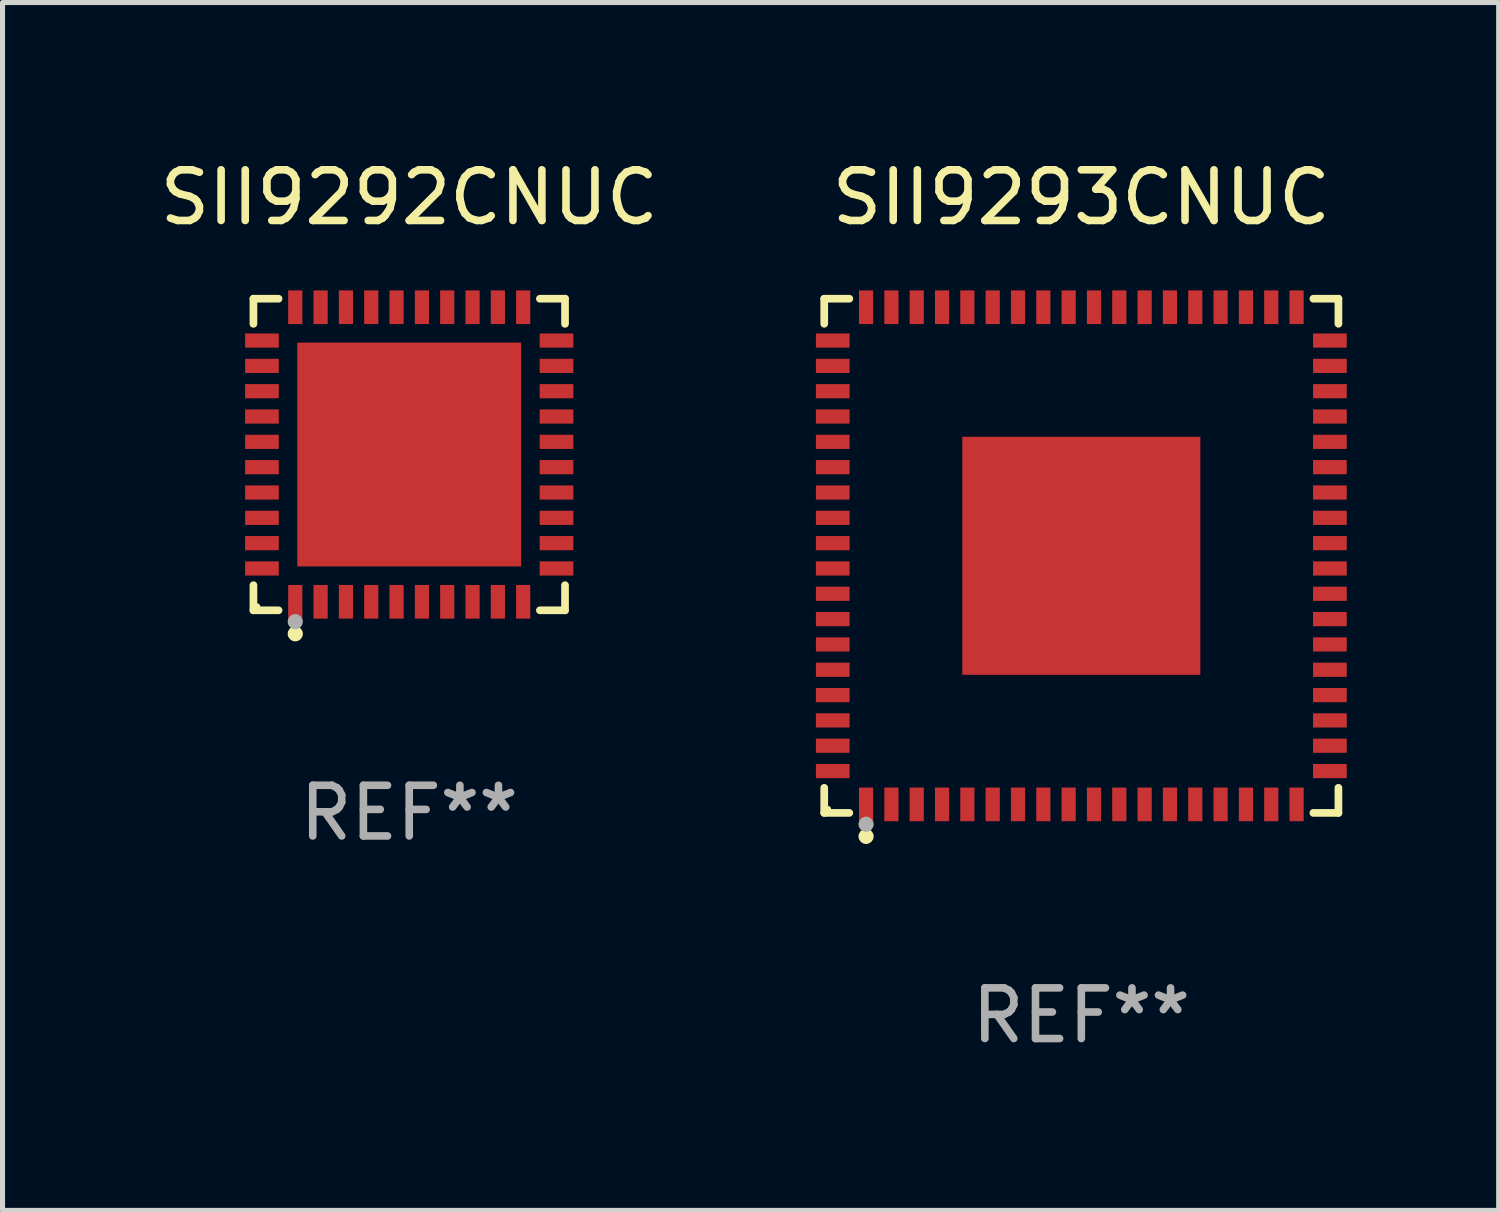
<source format=kicad_pcb>
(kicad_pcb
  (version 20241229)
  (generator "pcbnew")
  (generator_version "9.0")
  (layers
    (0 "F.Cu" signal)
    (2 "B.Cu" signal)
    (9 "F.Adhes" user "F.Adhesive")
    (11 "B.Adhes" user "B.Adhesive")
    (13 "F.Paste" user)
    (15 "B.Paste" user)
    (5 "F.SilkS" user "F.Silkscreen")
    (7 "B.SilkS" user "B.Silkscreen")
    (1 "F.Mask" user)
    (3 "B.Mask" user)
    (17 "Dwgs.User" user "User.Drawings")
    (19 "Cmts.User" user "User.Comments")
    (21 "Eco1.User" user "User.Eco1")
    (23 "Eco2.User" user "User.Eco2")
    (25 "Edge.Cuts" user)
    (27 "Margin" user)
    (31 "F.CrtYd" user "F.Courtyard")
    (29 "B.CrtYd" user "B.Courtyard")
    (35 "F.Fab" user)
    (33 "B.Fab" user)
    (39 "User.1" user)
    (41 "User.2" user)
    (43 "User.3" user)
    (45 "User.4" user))
  (footprint "SII9293CNUC"
    (layer "F.Cu")
    (at 18.3 7.924)
    (property "Reference" "SII9293CNUC" (at 0 -7.076 0) (layer "F.SilkS") (effects (font (size 1 1) (thickness 0.15))))
    (attr through_hole)
    (fp_line (start -5.076 -5.076) (end -4.581 -5.076) (stroke (width 0.152) (type solid)) (layer "F.SilkS"))
    (fp_line (start -5.076 -4.581) (end -5.076 -5.076) (stroke (width 0.152) (type solid)) (layer "F.SilkS"))
    (fp_line (start -5.076 4.581) (end -5.076 5.076) (stroke (width 0.152) (type solid)) (layer "F.SilkS"))
    (fp_line (start -5.076 5.076) (end -4.581 5.076) (stroke (width 0.152) (type solid)) (layer "F.SilkS"))
    (fp_line (start 5.076 -5.076) (end 4.581 -5.076) (stroke (width 0.152) (type solid)) (layer "F.SilkS"))
    (fp_line (start 5.076 -4.581) (end 5.076 -5.076) (stroke (width 0.152) (type solid)) (layer "F.SilkS"))
    (fp_line (start 5.076 4.581) (end 5.076 5.076) (stroke (width 0.152) (type solid)) (layer "F.SilkS"))
    (fp_line (start 5.076 5.076) (end 4.581 5.076) (stroke (width 0.152) (type solid)) (layer "F.SilkS"))
    (fp_circle (center -5 5) (end -4.97 5) (stroke (width 0.06) (type solid)) (fill no) (layer "F.SilkS"))
    (fp_circle (center -4.25 5.54) (end -4.175 5.54) (stroke (width 0.15) (type solid)) (fill no) (layer "F.SilkS"))
    (fp_circle (center -4.25 5.3) (end -4.175 5.3) (stroke (width 0.15) (type solid)) (fill no) (layer "F.Fab"))
    (fp_text user "REF**" (at 0 9.076 0) (layer "F.Fab") (effects (font (size 1 1) (thickness 0.15))))
    (pad "1" smd rect (at -4.25 4.908) (size 0.28 0.665) (layers "F.Cu" "F.Mask" "F.Paste"))
    (pad "2" smd rect (at -3.75 4.908) (size 0.28 0.665) (layers "F.Cu" "F.Mask" "F.Paste"))
    (pad "3" smd rect (at -3.25 4.908) (size 0.28 0.665) (layers "F.Cu" "F.Mask" "F.Paste"))
    (pad "4" smd rect (at -2.75 4.908) (size 0.28 0.665) (layers "F.Cu" "F.Mask" "F.Paste"))
    (pad "5" smd rect (at -2.25 4.908) (size 0.28 0.665) (layers "F.Cu" "F.Mask" "F.Paste"))
    (pad "6" smd rect (at -1.75 4.908) (size 0.28 0.665) (layers "F.Cu" "F.Mask" "F.Paste"))
    (pad "7" smd rect (at -1.25 4.908) (size 0.28 0.665) (layers "F.Cu" "F.Mask" "F.Paste"))
    (pad "8" smd rect (at -0.75 4.908) (size 0.28 0.665) (layers "F.Cu" "F.Mask" "F.Paste"))
    (pad "9" smd rect (at -0.25 4.908) (size 0.28 0.665) (layers "F.Cu" "F.Mask" "F.Paste"))
    (pad "10" smd rect (at 0.25 4.908) (size 0.28 0.665) (layers "F.Cu" "F.Mask" "F.Paste"))
    (pad "11" smd rect (at 0.75 4.908) (size 0.28 0.665) (layers "F.Cu" "F.Mask" "F.Paste"))
    (pad "12" smd rect (at 1.25 4.908) (size 0.28 0.665) (layers "F.Cu" "F.Mask" "F.Paste"))
    (pad "13" smd rect (at 1.75 4.908) (size 0.28 0.665) (layers "F.Cu" "F.Mask" "F.Paste"))
    (pad "14" smd rect (at 2.25 4.908) (size 0.28 0.665) (layers "F.Cu" "F.Mask" "F.Paste"))
    (pad "15" smd rect (at 2.75 4.908) (size 0.28 0.665) (layers "F.Cu" "F.Mask" "F.Paste"))
    (pad "16" smd rect (at 3.25 4.908) (size 0.28 0.665) (layers "F.Cu" "F.Mask" "F.Paste"))
    (pad "17" smd rect (at 3.75 4.908) (size 0.28 0.665) (layers "F.Cu" "F.Mask" "F.Paste"))
    (pad "18" smd rect (at 4.25 4.908) (size 0.28 0.665) (layers "F.Cu" "F.Mask" "F.Paste"))
    (pad "19" smd rect (at 4.908 4.25) (size 0.665 0.28) (layers "F.Cu" "F.Mask" "F.Paste"))
    (pad "20" smd rect (at 4.908 3.75) (size 0.665 0.28) (layers "F.Cu" "F.Mask" "F.Paste"))
    (pad "21" smd rect (at 4.908 3.25) (size 0.665 0.28) (layers "F.Cu" "F.Mask" "F.Paste"))
    (pad "22" smd rect (at 4.908 2.75) (size 0.665 0.28) (layers "F.Cu" "F.Mask" "F.Paste"))
    (pad "23" smd rect (at 4.908 2.25) (size 0.665 0.28) (layers "F.Cu" "F.Mask" "F.Paste"))
    (pad "24" smd rect (at 4.908 1.75) (size 0.665 0.28) (layers "F.Cu" "F.Mask" "F.Paste"))
    (pad "25" smd rect (at 4.908 1.25) (size 0.665 0.28) (layers "F.Cu" "F.Mask" "F.Paste"))
    (pad "26" smd rect (at 4.908 0.75) (size 0.665 0.28) (layers "F.Cu" "F.Mask" "F.Paste"))
    (pad "27" smd rect (at 4.908 0.25) (size 0.665 0.28) (layers "F.Cu" "F.Mask" "F.Paste"))
    (pad "28" smd rect (at 4.908 -0.25) (size 0.665 0.28) (layers "F.Cu" "F.Mask" "F.Paste"))
    (pad "29" smd rect (at 4.908 -0.75) (size 0.665 0.28) (layers "F.Cu" "F.Mask" "F.Paste"))
    (pad "30" smd rect (at 4.908 -1.25) (size 0.665 0.28) (layers "F.Cu" "F.Mask" "F.Paste"))
    (pad "31" smd rect (at 4.908 -1.75) (size 0.665 0.28) (layers "F.Cu" "F.Mask" "F.Paste"))
    (pad "32" smd rect (at 4.908 -2.25) (size 0.665 0.28) (layers "F.Cu" "F.Mask" "F.Paste"))
    (pad "33" smd rect (at 4.908 -2.75) (size 0.665 0.28) (layers "F.Cu" "F.Mask" "F.Paste"))
    (pad "34" smd rect (at 4.908 -3.25) (size 0.665 0.28) (layers "F.Cu" "F.Mask" "F.Paste"))
    (pad "35" smd rect (at 4.908 -3.75) (size 0.665 0.28) (layers "F.Cu" "F.Mask" "F.Paste"))
    (pad "36" smd rect (at 4.908 -4.25) (size 0.665 0.28) (layers "F.Cu" "F.Mask" "F.Paste"))
    (pad "37" smd rect (at 4.25 -4.908) (size 0.28 0.665) (layers "F.Cu" "F.Mask" "F.Paste"))
    (pad "38" smd rect (at 3.75 -4.908) (size 0.28 0.665) (layers "F.Cu" "F.Mask" "F.Paste"))
    (pad "39" smd rect (at 3.25 -4.908) (size 0.28 0.665) (layers "F.Cu" "F.Mask" "F.Paste"))
    (pad "40" smd rect (at 2.75 -4.908) (size 0.28 0.665) (layers "F.Cu" "F.Mask" "F.Paste"))
    (pad "41" smd rect (at 2.25 -4.908) (size 0.28 0.665) (layers "F.Cu" "F.Mask" "F.Paste"))
    (pad "42" smd rect (at 1.75 -4.908) (size 0.28 0.665) (layers "F.Cu" "F.Mask" "F.Paste"))
    (pad "43" smd rect (at 1.25 -4.908) (size 0.28 0.665) (layers "F.Cu" "F.Mask" "F.Paste"))
    (pad "44" smd rect (at 0.75 -4.908) (size 0.28 0.665) (layers "F.Cu" "F.Mask" "F.Paste"))
    (pad "45" smd rect (at 0.25 -4.908) (size 0.28 0.665) (layers "F.Cu" "F.Mask" "F.Paste"))
    (pad "46" smd rect (at -0.25 -4.908) (size 0.28 0.665) (layers "F.Cu" "F.Mask" "F.Paste"))
    (pad "47" smd rect (at -0.75 -4.908) (size 0.28 0.665) (layers "F.Cu" "F.Mask" "F.Paste"))
    (pad "48" smd rect (at -1.25 -4.908) (size 0.28 0.665) (layers "F.Cu" "F.Mask" "F.Paste"))
    (pad "49" smd rect (at -1.75 -4.908) (size 0.28 0.665) (layers "F.Cu" "F.Mask" "F.Paste"))
    (pad "50" smd rect (at -2.25 -4.908) (size 0.28 0.665) (layers "F.Cu" "F.Mask" "F.Paste"))
    (pad "51" smd rect (at -2.75 -4.908) (size 0.28 0.665) (layers "F.Cu" "F.Mask" "F.Paste"))
    (pad "52" smd rect (at -3.25 -4.908) (size 0.28 0.665) (layers "F.Cu" "F.Mask" "F.Paste"))
    (pad "53" smd rect (at -3.75 -4.908) (size 0.28 0.665) (layers "F.Cu" "F.Mask" "F.Paste"))
    (pad "54" smd rect (at -4.25 -4.908) (size 0.28 0.665) (layers "F.Cu" "F.Mask" "F.Paste"))
    (pad "55" smd rect (at -4.908 -4.25) (size 0.665 0.28) (layers "F.Cu" "F.Mask" "F.Paste"))
    (pad "56" smd rect (at -4.908 -3.75) (size 0.665 0.28) (layers "F.Cu" "F.Mask" "F.Paste"))
    (pad "57" smd rect (at -4.908 -3.25) (size 0.665 0.28) (layers "F.Cu" "F.Mask" "F.Paste"))
    (pad "58" smd rect (at -4.908 -2.75) (size 0.665 0.28) (layers "F.Cu" "F.Mask" "F.Paste"))
    (pad "59" smd rect (at -4.908 -2.25) (size 0.665 0.28) (layers "F.Cu" "F.Mask" "F.Paste"))
    (pad "60" smd rect (at -4.908 -1.75) (size 0.665 0.28) (layers "F.Cu" "F.Mask" "F.Paste"))
    (pad "61" smd rect (at -4.908 -1.25) (size 0.665 0.28) (layers "F.Cu" "F.Mask" "F.Paste"))
    (pad "62" smd rect (at -4.908 -0.75) (size 0.665 0.28) (layers "F.Cu" "F.Mask" "F.Paste"))
    (pad "63" smd rect (at -4.908 -0.25) (size 0.665 0.28) (layers "F.Cu" "F.Mask" "F.Paste"))
    (pad "64" smd rect (at -4.908 0.25) (size 0.665 0.28) (layers "F.Cu" "F.Mask" "F.Paste"))
    (pad "65" smd rect (at -4.908 0.75) (size 0.665 0.28) (layers "F.Cu" "F.Mask" "F.Paste"))
    (pad "66" smd rect (at -4.908 1.25) (size 0.665 0.28) (layers "F.Cu" "F.Mask" "F.Paste"))
    (pad "67" smd rect (at -4.908 1.75) (size 0.665 0.28) (layers "F.Cu" "F.Mask" "F.Paste"))
    (pad "68" smd rect (at -4.908 2.25) (size 0.665 0.28) (layers "F.Cu" "F.Mask" "F.Paste"))
    (pad "69" smd rect (at -4.908 2.75) (size 0.665 0.28) (layers "F.Cu" "F.Mask" "F.Paste"))
    (pad "70" smd rect (at -4.908 3.25) (size 0.665 0.28) (layers "F.Cu" "F.Mask" "F.Paste"))
    (pad "71" smd rect (at -4.908 3.75) (size 0.665 0.28) (layers "F.Cu" "F.Mask" "F.Paste"))
    (pad "72" smd rect (at -4.908 4.25) (size 0.665 0.28) (layers "F.Cu" "F.Mask" "F.Paste"))
    (pad "73" smd rect (at 0 0) (size 4.7 4.7) (layers "F.Cu" "F.Mask" "F.Paste")))
  (footprint "SII9292CNUC"
    (layer "F.Cu")
    (at 5.03 5.924)
    (property "Reference" "SII9292CNUC" (at 0 -5.076 0) (layer "F.SilkS") (effects (font (size 1 1) (thickness 0.15))))
    (attr through_hole)
    (fp_line (start -3.076 -3.076) (end -2.58 -3.076) (stroke (width 0.152) (type solid)) (layer "F.SilkS"))
    (fp_line (start -3.076 -2.58) (end -3.076 -3.076) (stroke (width 0.152) (type solid)) (layer "F.SilkS"))
    (fp_line (start -3.076 2.58) (end -3.076 3.076) (stroke (width 0.152) (type solid)) (layer "F.SilkS"))
    (fp_line (start -3.076 3.076) (end -2.58 3.076) (stroke (width 0.152) (type solid)) (layer "F.SilkS"))
    (fp_line (start 3.076 -3.076) (end 2.58 -3.076) (stroke (width 0.152) (type solid)) (layer "F.SilkS"))
    (fp_line (start 3.076 -2.58) (end 3.076 -3.076) (stroke (width 0.152) (type solid)) (layer "F.SilkS"))
    (fp_line (start 3.076 2.58) (end 3.076 3.076) (stroke (width 0.152) (type solid)) (layer "F.SilkS"))
    (fp_line (start 3.076 3.076) (end 2.58 3.076) (stroke (width 0.152) (type solid)) (layer "F.SilkS"))
    (fp_circle (center -3 3) (end -2.97 3) (stroke (width 0.06) (type solid)) (fill no) (layer "F.SilkS"))
    (fp_circle (center -2.25 3.54) (end -2.175 3.54) (stroke (width 0.15) (type solid)) (fill no) (layer "F.SilkS"))
    (fp_circle (center -2.25 3.3) (end -2.175 3.3) (stroke (width 0.15) (type solid)) (fill no) (layer "F.Fab"))
    (fp_text user "REF**" (at 0 7.076 0) (layer "F.Fab") (effects (font (size 1 1) (thickness 0.15))))
    (pad "1" smd rect (at -2.25 2.908) (size 0.28 0.665) (layers "F.Cu" "F.Mask" "F.Paste"))
    (pad "2" smd rect (at -1.75 2.908) (size 0.28 0.665) (layers "F.Cu" "F.Mask" "F.Paste"))
    (pad "3" smd rect (at -1.25 2.908) (size 0.28 0.665) (layers "F.Cu" "F.Mask" "F.Paste"))
    (pad "4" smd rect (at -0.75 2.908) (size 0.28 0.665) (layers "F.Cu" "F.Mask" "F.Paste"))
    (pad "5" smd rect (at -0.25 2.908) (size 0.28 0.665) (layers "F.Cu" "F.Mask" "F.Paste"))
    (pad "6" smd rect (at 0.25 2.908) (size 0.28 0.665) (layers "F.Cu" "F.Mask" "F.Paste"))
    (pad "7" smd rect (at 0.75 2.908) (size 0.28 0.665) (layers "F.Cu" "F.Mask" "F.Paste"))
    (pad "8" smd rect (at 1.25 2.908) (size 0.28 0.665) (layers "F.Cu" "F.Mask" "F.Paste"))
    (pad "9" smd rect (at 1.75 2.908) (size 0.28 0.665) (layers "F.Cu" "F.Mask" "F.Paste"))
    (pad "10" smd rect (at 2.25 2.908) (size 0.28 0.665) (layers "F.Cu" "F.Mask" "F.Paste"))
    (pad "11" smd rect (at 2.908 2.25) (size 0.665 0.28) (layers "F.Cu" "F.Mask" "F.Paste"))
    (pad "12" smd rect (at 2.908 1.75) (size 0.665 0.28) (layers "F.Cu" "F.Mask" "F.Paste"))
    (pad "13" smd rect (at 2.908 1.25) (size 0.665 0.28) (layers "F.Cu" "F.Mask" "F.Paste"))
    (pad "14" smd rect (at 2.908 0.75) (size 0.665 0.28) (layers "F.Cu" "F.Mask" "F.Paste"))
    (pad "15" smd rect (at 2.908 0.25) (size 0.665 0.28) (layers "F.Cu" "F.Mask" "F.Paste"))
    (pad "16" smd rect (at 2.908 -0.25) (size 0.665 0.28) (layers "F.Cu" "F.Mask" "F.Paste"))
    (pad "17" smd rect (at 2.908 -0.75) (size 0.665 0.28) (layers "F.Cu" "F.Mask" "F.Paste"))
    (pad "18" smd rect (at 2.908 -1.25) (size 0.665 0.28) (layers "F.Cu" "F.Mask" "F.Paste"))
    (pad "19" smd rect (at 2.908 -1.75) (size 0.665 0.28) (layers "F.Cu" "F.Mask" "F.Paste"))
    (pad "20" smd rect (at 2.908 -2.25) (size 0.665 0.28) (layers "F.Cu" "F.Mask" "F.Paste"))
    (pad "21" smd rect (at 2.25 -2.908) (size 0.28 0.665) (layers "F.Cu" "F.Mask" "F.Paste"))
    (pad "22" smd rect (at 1.75 -2.908) (size 0.28 0.665) (layers "F.Cu" "F.Mask" "F.Paste"))
    (pad "23" smd rect (at 1.25 -2.908) (size 0.28 0.665) (layers "F.Cu" "F.Mask" "F.Paste"))
    (pad "24" smd rect (at 0.75 -2.908) (size 0.28 0.665) (layers "F.Cu" "F.Mask" "F.Paste"))
    (pad "25" smd rect (at 0.25 -2.908) (size 0.28 0.665) (layers "F.Cu" "F.Mask" "F.Paste"))
    (pad "26" smd rect (at -0.25 -2.908) (size 0.28 0.665) (layers "F.Cu" "F.Mask" "F.Paste"))
    (pad "27" smd rect (at -0.75 -2.908) (size 0.28 0.665) (layers "F.Cu" "F.Mask" "F.Paste"))
    (pad "28" smd rect (at -1.25 -2.908) (size 0.28 0.665) (layers "F.Cu" "F.Mask" "F.Paste"))
    (pad "29" smd rect (at -1.75 -2.908) (size 0.28 0.665) (layers "F.Cu" "F.Mask" "F.Paste"))
    (pad "30" smd rect (at -2.25 -2.908) (size 0.28 0.665) (layers "F.Cu" "F.Mask" "F.Paste"))
    (pad "31" smd rect (at -2.908 -2.25) (size 0.665 0.28) (layers "F.Cu" "F.Mask" "F.Paste"))
    (pad "32" smd rect (at -2.908 -1.75) (size 0.665 0.28) (layers "F.Cu" "F.Mask" "F.Paste"))
    (pad "33" smd rect (at -2.908 -1.25) (size 0.665 0.28) (layers "F.Cu" "F.Mask" "F.Paste"))
    (pad "34" smd rect (at -2.908 -0.75) (size 0.665 0.28) (layers "F.Cu" "F.Mask" "F.Paste"))
    (pad "35" smd rect (at -2.908 -0.25) (size 0.665 0.28) (layers "F.Cu" "F.Mask" "F.Paste"))
    (pad "36" smd rect (at -2.908 0.25) (size 0.665 0.28) (layers "F.Cu" "F.Mask" "F.Paste"))
    (pad "37" smd rect (at -2.908 0.75) (size 0.665 0.28) (layers "F.Cu" "F.Mask" "F.Paste"))
    (pad "38" smd rect (at -2.908 1.25) (size 0.665 0.28) (layers "F.Cu" "F.Mask" "F.Paste"))
    (pad "39" smd rect (at -2.908 1.75) (size 0.665 0.28) (layers "F.Cu" "F.Mask" "F.Paste"))
    (pad "40" smd rect (at -2.908 2.25) (size 0.665 0.28) (layers "F.Cu" "F.Mask" "F.Paste"))
    (pad "41" smd rect (at 0 0) (size 4.42 4.42) (layers "F.Cu" "F.Mask" "F.Paste")))
  (gr_rect
    (start -3 -3)
    (end 26.54 20.849)
    (stroke (width 0.1) (type default))
    (fill no)
    (layer "Edge.Cuts")))
</source>
